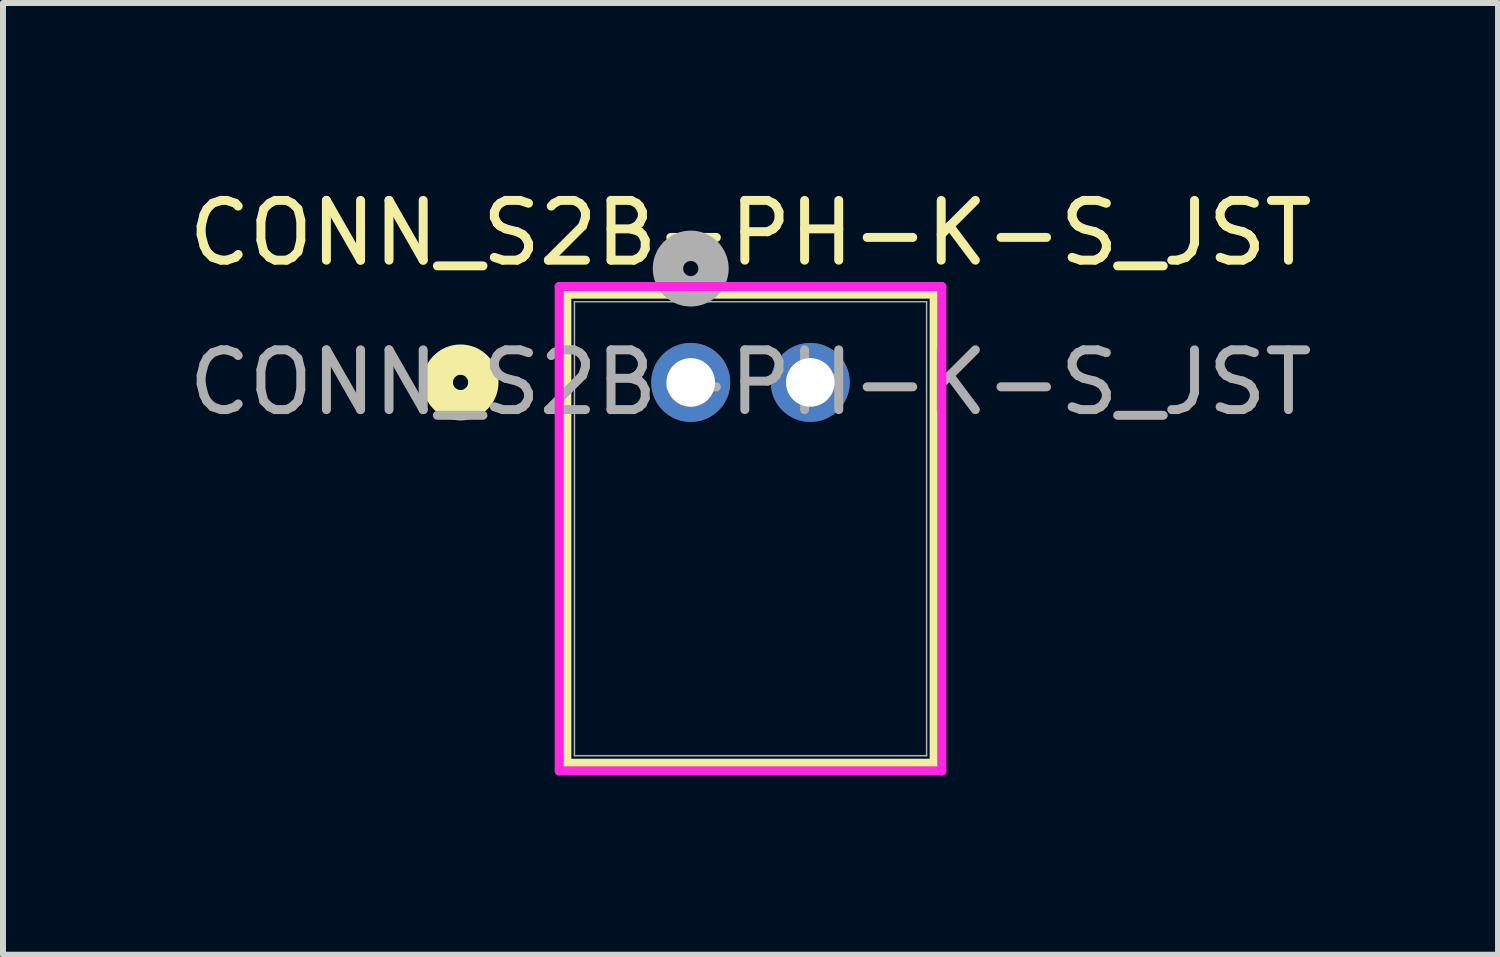
<source format=kicad_pcb>
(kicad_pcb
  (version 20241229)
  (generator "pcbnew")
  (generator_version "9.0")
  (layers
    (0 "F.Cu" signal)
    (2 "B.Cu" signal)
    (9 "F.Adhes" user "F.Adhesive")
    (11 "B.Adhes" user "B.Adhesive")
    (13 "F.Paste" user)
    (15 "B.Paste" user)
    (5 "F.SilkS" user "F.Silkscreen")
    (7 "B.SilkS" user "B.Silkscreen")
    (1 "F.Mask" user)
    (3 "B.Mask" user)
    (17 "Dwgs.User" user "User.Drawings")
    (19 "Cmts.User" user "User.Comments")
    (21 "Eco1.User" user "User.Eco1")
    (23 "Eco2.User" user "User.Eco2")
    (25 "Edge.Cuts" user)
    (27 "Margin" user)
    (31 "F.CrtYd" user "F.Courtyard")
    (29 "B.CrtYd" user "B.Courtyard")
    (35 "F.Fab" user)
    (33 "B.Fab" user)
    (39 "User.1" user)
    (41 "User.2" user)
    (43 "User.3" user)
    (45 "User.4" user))
  (footprint "CONN_S2B-PH-K-S_JST"
    (layer "F.Cu")
    (at 8.506 3.348)
    (property "Reference" "CONN_S2B-PH-K-S_JST" (at 1 -2.5 0) (unlocked yes) (layer "F.SilkS") (effects (font (size 1 1) (thickness 0.15))))
    (attr through_hole)
    (fp_line (start -2.073 -1.477) (end -2.073 6.372) (stroke (width 0.152) (type solid)) (layer "F.SilkS"))
    (fp_line (start -2.073 6.372) (end 4.073 6.372) (stroke (width 0.152) (type solid)) (layer "F.SilkS"))
    (fp_line (start 4.073 -1.477) (end -2.073 -1.477) (stroke (width 0.152) (type solid)) (layer "F.SilkS"))
    (fp_line (start 4.073 6.372) (end 4.073 -1.477) (stroke (width 0.152) (type solid)) (layer "F.SilkS"))
    (fp_circle (center -3.851 0) (end -3.47 0) (stroke (width 0.508) (type solid)) (fill no) (layer "F.SilkS"))
    (fp_line (start -2.2 -1.604) (end -2.2 6.499) (stroke (width 0.152) (type solid)) (layer "F.CrtYd"))
    (fp_line (start -2.2 6.499) (end 4.2 6.499) (stroke (width 0.152) (type solid)) (layer "F.CrtYd"))
    (fp_line (start 4.2 -1.604) (end -2.2 -1.604) (stroke (width 0.152) (type solid)) (layer "F.CrtYd"))
    (fp_line (start 4.2 6.499) (end 4.2 -1.604) (stroke (width 0.152) (type solid)) (layer "F.CrtYd"))
    (fp_line (start -1.946 -1.35) (end -1.946 6.245) (stroke (width 0.025) (type solid)) (layer "F.Fab"))
    (fp_line (start -1.946 6.245) (end 3.946 6.245) (stroke (width 0.025) (type solid)) (layer "F.Fab"))
    (fp_line (start 3.946 -1.35) (end -1.946 -1.35) (stroke (width 0.025) (type solid)) (layer "F.Fab"))
    (fp_line (start 3.946 6.245) (end 3.946 -1.35) (stroke (width 0.025) (type solid)) (layer "F.Fab"))
    (fp_circle (center 0 -1.905) (end 0.381 -1.905) (stroke (width 0.508) (type solid)) (fill no) (layer "F.Fab"))
    (fp_text user "${REFERENCE}" (at 1 0 0) (unlocked yes) (layer "F.Fab") (effects (font (size 1 1) (thickness 0.15))))
    (pad "1" thru_hole circle (at 0 0) (size 1.321 1.321) (drill 0.813) (layers "*.Cu" "*.Mask"))
    (pad "2" thru_hole circle (at 2 0) (size 1.321 1.321) (drill 0.813) (layers "*.Cu" "*.Mask")))
  (gr_rect
    (start -3 -3)
    (end 22.012 12.923)
    (stroke (width 0.1) (type default))
    (fill no)
    (layer "Edge.Cuts")))
</source>
